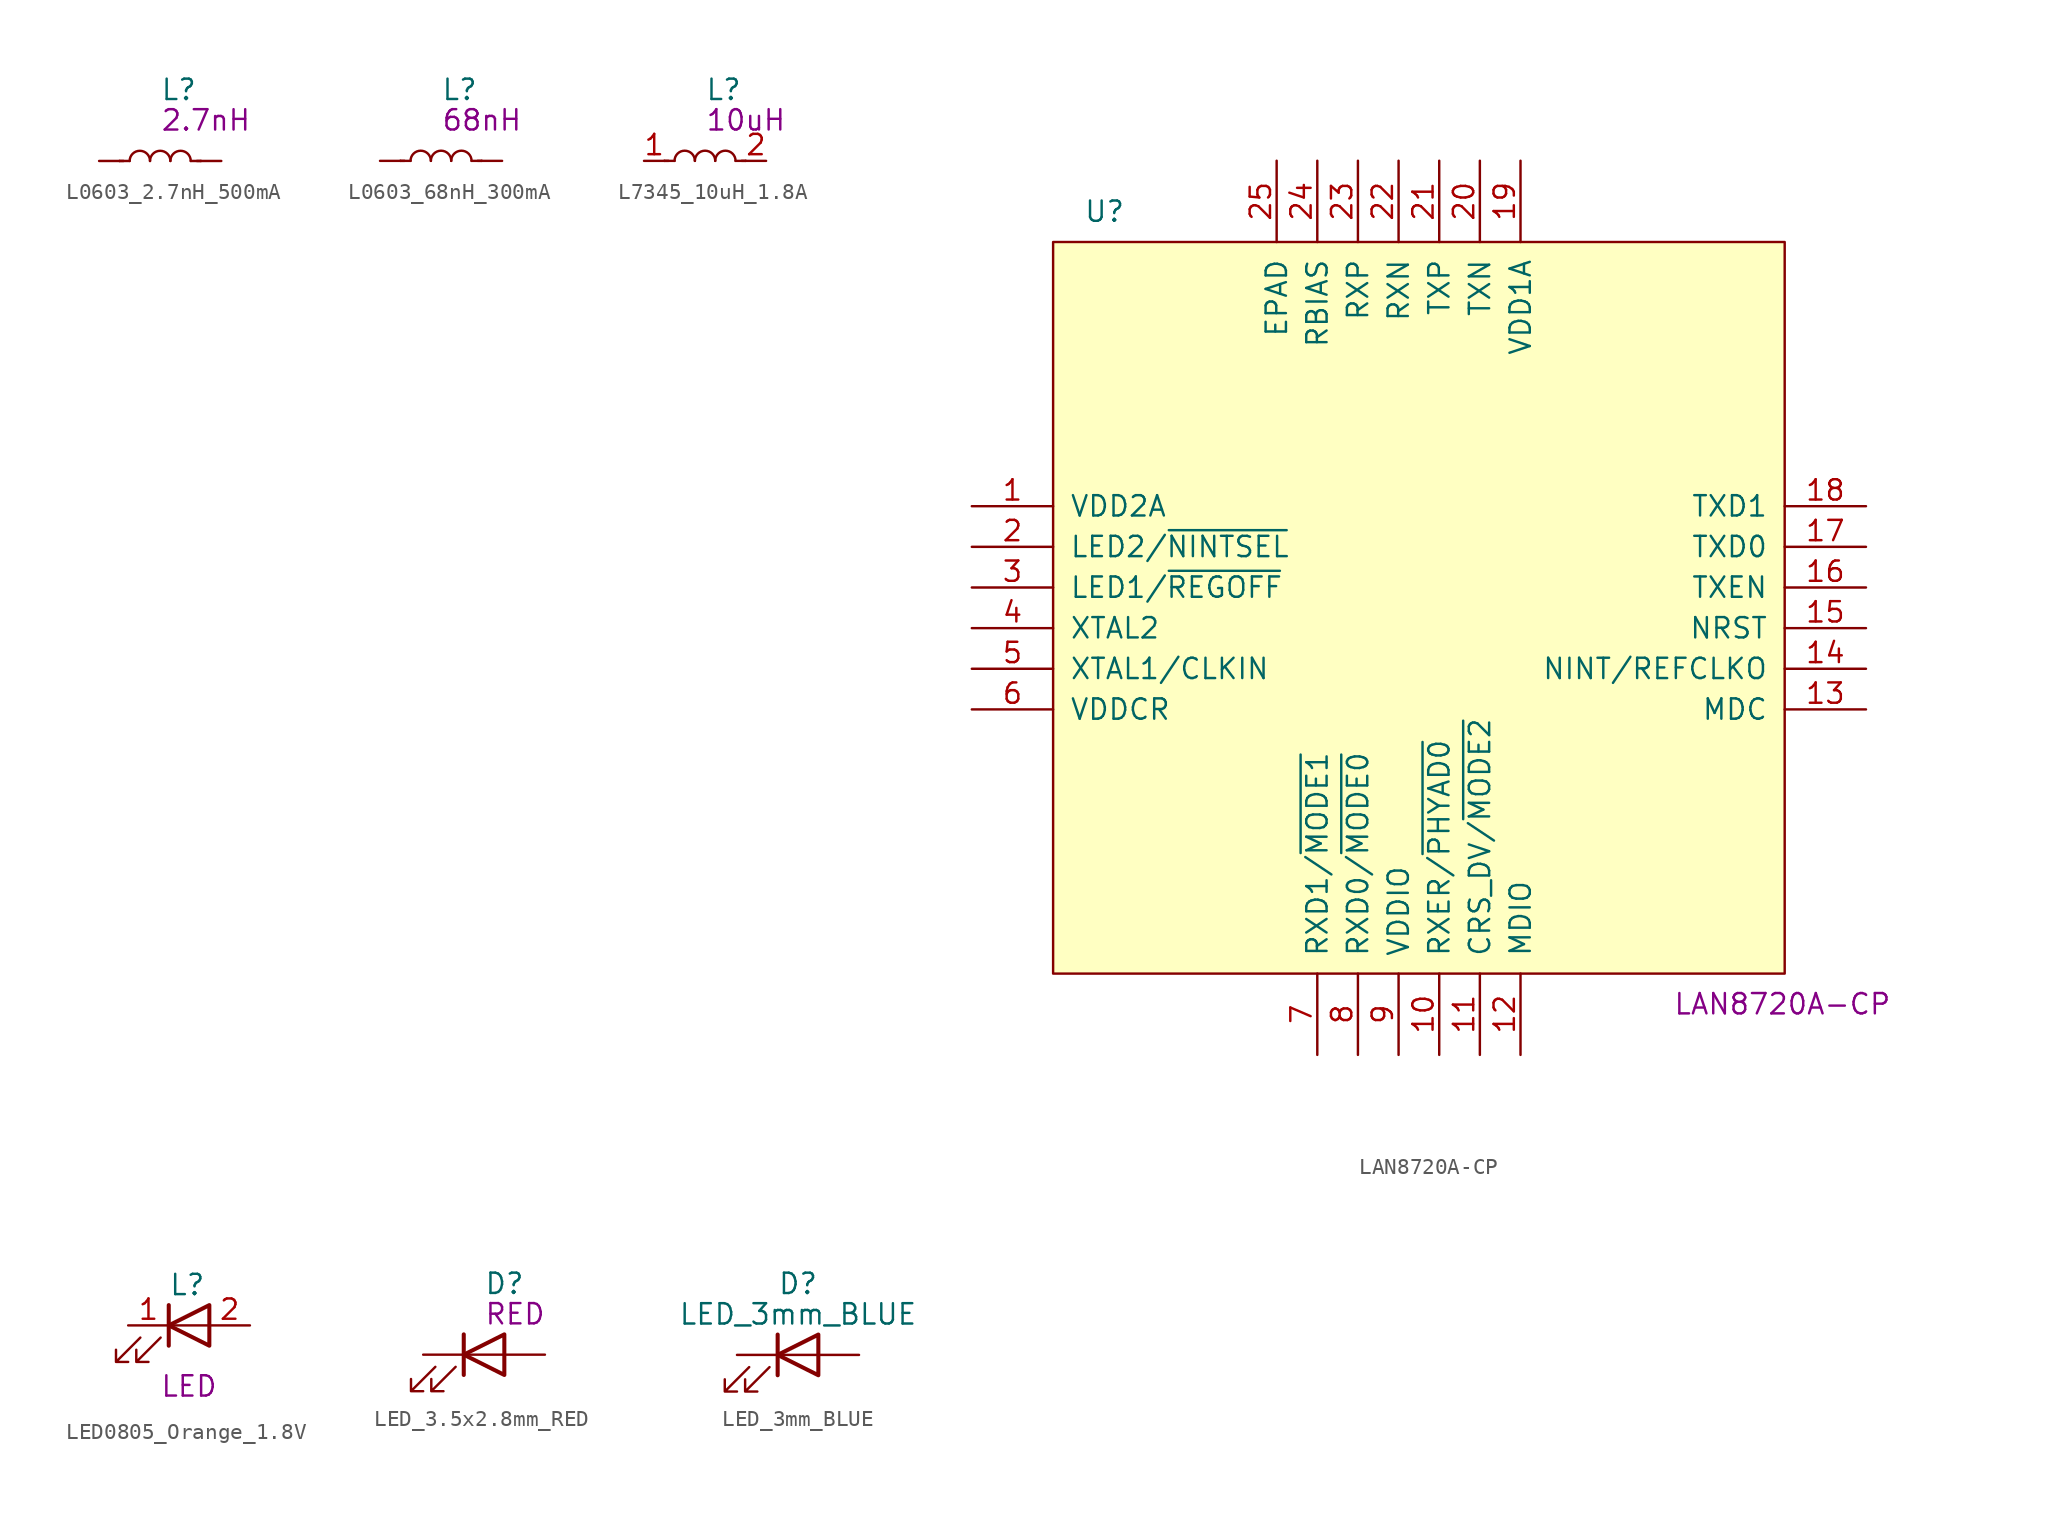
<source format=kicad_sym>
(kicad_symbol_lib
  (version 20211014)
  (generator kicad_symbol_editor)
  (symbol "L0603_2.7nH_500mA"
    (pin_numbers hide)
    (pin_names
      (offset 1.016) hide)
    (property "Reference" "L"
      (at 0 4.445 0)
      (effects (font (size 1.27 1.27)) (justify left)))
    (property "Symbol" "2.7nH"
      (at 0 2.54 0)
      (effects (font (size 1.27 1.27)) (justify left)))
    (symbol "L0603_2.7nH_500mA_1_1"
      (arc (start -0.635 0) (mid -1.27 0.635) (end -1.905 0) (stroke (width 0) (type default) (color 0 0 0 0)) (fill (type none)))
      (polyline (pts (xy -2.286 0) (xy -2.54 0)) (stroke (width 0) (type default) (color 0 0 0 0)) (fill (type none)))
      (polyline (pts (xy -1.905 0) (xy -2.54 0)) (stroke (width 0) (type default) (color 0 0 0 0)) (fill (type none)))
      (polyline (pts (xy 1.905 0) (xy 2.54 0)) (stroke (width 0) (type default) (color 0 0 0 0)) (fill (type none)))
      (polyline (pts (xy 2.286 0) (xy 2.54 0)) (stroke (width 0) (type default) (color 0 0 0 0)) (fill (type none)))
      (arc (start 0.635 0) (mid 0 0.635) (end -0.635 0) (stroke (width 0) (type default) (color 0 0 0 0)) (fill (type none)))
      (arc (start 1.905 0) (mid 1.27 0.635) (end 0.635 0) (stroke (width 0) (type default) (color 0 0 0 0)) (fill (type none)))
      (pin passive line (at -3.81 0 0) (length 1.27) (name "~" (effects (font (size 1.27 1.27)))) (number "1" (effects (font (size 1.27 1.27)))))
      (pin passive line (at 3.81 0 180) (length 1.27) (name "~" (effects (font (size 1.27 1.27)))) (number "2" (effects (font (size 1.27 1.27)))))))
  (symbol "L0603_68nH_300mA"
    (pin_numbers hide)
    (pin_names
      (offset 1.016) hide)
    (property "Reference" "L"
      (at 0 4.445 0)
      (effects (font (size 1.27 1.27)) (justify left)))
    (property "Symbol" "68nH"
      (at 0 2.54 0)
      (effects (font (size 1.27 1.27)) (justify left)))
    (symbol "L0603_68nH_300mA_1_1"
      (arc (start -0.635 0) (mid -1.27 0.635) (end -1.905 0) (stroke (width 0) (type default) (color 0 0 0 0)) (fill (type none)))
      (polyline (pts (xy -2.286 0) (xy -2.54 0)) (stroke (width 0) (type default) (color 0 0 0 0)) (fill (type none)))
      (polyline (pts (xy -1.905 0) (xy -2.54 0)) (stroke (width 0) (type default) (color 0 0 0 0)) (fill (type none)))
      (polyline (pts (xy 1.905 0) (xy 2.54 0)) (stroke (width 0) (type default) (color 0 0 0 0)) (fill (type none)))
      (polyline (pts (xy 2.286 0) (xy 2.54 0)) (stroke (width 0) (type default) (color 0 0 0 0)) (fill (type none)))
      (arc (start 0.635 0) (mid 0 0.635) (end -0.635 0) (stroke (width 0) (type default) (color 0 0 0 0)) (fill (type none)))
      (arc (start 1.905 0) (mid 1.27 0.635) (end 0.635 0) (stroke (width 0) (type default) (color 0 0 0 0)) (fill (type none)))
      (pin passive line (at -3.81 0 0) (length 1.27) (name "~" (effects (font (size 1.27 1.27)))) (number "1" (effects (font (size 1.27 1.27)))))
      (pin passive line (at 3.81 0 180) (length 1.27) (name "~" (effects (font (size 1.27 1.27)))) (number "2" (effects (font (size 1.27 1.27)))))))
  (symbol "L7345_10uH_1.8A"
    (pin_names
      (offset 1.016))
    (property "Reference" "L"
      (at 0 4.445 0)
      (effects (font (size 1.27 1.27)) (justify left)))
    (property "Symbol" "10uH"
      (at 0 2.54 0)
      (effects (font (size 1.27 1.27)) (justify left)))
    (symbol "L7345_10uH_1.8A_1_1"
      (arc (start -0.635 0) (mid -1.27 0.635) (end -1.905 0) (stroke (width 0) (type default) (color 0 0 0 0)) (fill (type none)))
      (polyline (pts (xy -2.286 0) (xy -2.54 0)) (stroke (width 0) (type default) (color 0 0 0 0)) (fill (type none)))
      (polyline (pts (xy -1.905 0) (xy -2.54 0)) (stroke (width 0) (type default) (color 0 0 0 0)) (fill (type none)))
      (polyline (pts (xy 1.905 0) (xy 2.54 0)) (stroke (width 0) (type default) (color 0 0 0 0)) (fill (type none)))
      (polyline (pts (xy 2.286 0) (xy 2.54 0)) (stroke (width 0) (type default) (color 0 0 0 0)) (fill (type none)))
      (arc (start 0.635 0) (mid 0 0.635) (end -0.635 0) (stroke (width 0) (type default) (color 0 0 0 0)) (fill (type none)))
      (arc (start 1.905 0) (mid 1.27 0.635) (end 0.635 0) (stroke (width 0) (type default) (color 0 0 0 0)) (fill (type none)))
      (pin passive line (at -3.81 0 0) (length 1.27) (name "~" (effects (font (size 1.27 1.27)))) (number "1" (effects (font (size 1.27 1.27)))))
      (pin passive line (at 3.81 0 180) (length 1.27) (name "~" (effects (font (size 1.27 1.27)))) (number "2" (effects (font (size 1.27 1.27)))))))
  (symbol "LAN8720A-CP"
    (pin_names
      (offset 1.016))
    (property "Reference" "U"
      (at -20.955 24.765 0)
      (effects (font (size 1.27 1.27)) (justify left)))
    (property "Symbol" "LAN8720A-CP"
      (at 15.875 -24.765 0)
      (effects (font (size 1.27 1.27)) (justify left)))
    (symbol "LAN8720A-CP_0_0"
      (pin passive line (at -27.94 6.35 0) (length 5.08) (name "VDD2A" (effects (font (size 1.27 1.27)))) (number "1" (effects (font (size 1.27 1.27)))))
      (pin passive line (at 1.27 -27.94 90) (length 5.08) (name "RXER/~{PHYAD0}" (effects (font (size 1.27 1.27)))) (number "10" (effects (font (size 1.27 1.27)))))
      (pin passive line (at 3.81 -27.94 90) (length 5.08) (name "CRS_DV/~{MODE2}" (effects (font (size 1.27 1.27)))) (number "11" (effects (font (size 1.27 1.27)))))
      (pin passive line (at 6.35 -27.94 90) (length 5.08) (name "MDIO" (effects (font (size 1.27 1.27)))) (number "12" (effects (font (size 1.27 1.27)))))
      (pin passive line (at 27.94 -6.35 180) (length 5.08) (name "MDC" (effects (font (size 1.27 1.27)))) (number "13" (effects (font (size 1.27 1.27)))))
      (pin passive line (at 27.94 -3.81 180) (length 5.08) (name "NINT/REFCLKO" (effects (font (size 1.27 1.27)))) (number "14" (effects (font (size 1.27 1.27)))))
      (pin passive line (at 27.94 -1.27 180) (length 5.08) (name "NRST" (effects (font (size 1.27 1.27)))) (number "15" (effects (font (size 1.27 1.27)))))
      (pin passive line (at 27.94 1.27 180) (length 5.08) (name "TXEN" (effects (font (size 1.27 1.27)))) (number "16" (effects (font (size 1.27 1.27)))))
      (pin passive line (at 27.94 3.81 180) (length 5.08) (name "TXD0" (effects (font (size 1.27 1.27)))) (number "17" (effects (font (size 1.27 1.27)))))
      (pin passive line (at 27.94 6.35 180) (length 5.08) (name "TXD1" (effects (font (size 1.27 1.27)))) (number "18" (effects (font (size 1.27 1.27)))))
      (pin passive line (at 6.35 27.94 270) (length 5.08) (name "VDD1A" (effects (font (size 1.27 1.27)))) (number "19" (effects (font (size 1.27 1.27)))))
      (pin passive line (at -27.94 3.81 0) (length 5.08) (name "LED2/~{NINTSEL}" (effects (font (size 1.27 1.27)))) (number "2" (effects (font (size 1.27 1.27)))))
      (pin passive line (at 3.81 27.94 270) (length 5.08) (name "TXN" (effects (font (size 1.27 1.27)))) (number "20" (effects (font (size 1.27 1.27)))))
      (pin passive line (at 1.27 27.94 270) (length 5.08) (name "TXP" (effects (font (size 1.27 1.27)))) (number "21" (effects (font (size 1.27 1.27)))))
      (pin passive line (at -1.27 27.94 270) (length 5.08) (name "RXN" (effects (font (size 1.27 1.27)))) (number "22" (effects (font (size 1.27 1.27)))))
      (pin passive line (at -3.81 27.94 270) (length 5.08) (name "RXP" (effects (font (size 1.27 1.27)))) (number "23" (effects (font (size 1.27 1.27)))))
      (pin passive line (at -6.35 27.94 270) (length 5.08) (name "RBIAS" (effects (font (size 1.27 1.27)))) (number "24" (effects (font (size 1.27 1.27)))))
      (pin passive line (at -8.89 27.94 270) (length 5.08) (name "EPAD" (effects (font (size 1.27 1.27)))) (number "25" (effects (font (size 1.27 1.27)))))
      (pin passive line (at -27.94 1.27 0) (length 5.08) (name "LED1/~{REGOFF}" (effects (font (size 1.27 1.27)))) (number "3" (effects (font (size 1.27 1.27)))))
      (pin passive line (at -27.94 -1.27 0) (length 5.08) (name "XTAL2" (effects (font (size 1.27 1.27)))) (number "4" (effects (font (size 1.27 1.27)))))
      (pin passive line (at -27.94 -3.81 0) (length 5.08) (name "XTAL1/CLKIN" (effects (font (size 1.27 1.27)))) (number "5" (effects (font (size 1.27 1.27)))))
      (pin passive line (at -27.94 -6.35 0) (length 5.08) (name "VDDCR" (effects (font (size 1.27 1.27)))) (number "6" (effects (font (size 1.27 1.27)))))
      (pin passive line (at -6.35 -27.94 90) (length 5.08) (name "RXD1/~{MODE1}" (effects (font (size 1.27 1.27)))) (number "7" (effects (font (size 1.27 1.27)))))
      (pin passive line (at -3.81 -27.94 90) (length 5.08) (name "RXD0/~{MODE0}" (effects (font (size 1.27 1.27)))) (number "8" (effects (font (size 1.27 1.27)))))
      (pin passive line (at -1.27 -27.94 90) (length 5.08) (name "VDDIO" (effects (font (size 1.27 1.27)))) (number "9" (effects (font (size 1.27 1.27))))))
    (symbol "LAN8720A-CP_0_1"
      (polyline (pts (xy -22.86 22.86) (xy 22.86 22.86) (xy 22.86 -22.86) (xy -22.86 -22.86) (xy -22.86 22.86)) (stroke (width 0.152) (type default) (color 0 0 0 0)) (fill (type background)))))
  (symbol "LED0805_Orange_1.8V"
    (pin_names
      (offset 1.016))
    (property "Reference" "L"
      (at -1.27 2.54 0)
      (effects (font (size 1.27 1.27)) (justify left)))
    (property "Symbol" "LED"
      (at 0 -3.81 0)
      (effects (font (size 1.27 1.27))))
    (symbol "LED0805_Orange_1.8V_0_1"
      (polyline (pts (xy -1.27 -1.27) (xy -1.27 1.27)) (stroke (width 0.254) (type default) (color 0 0 0 0)) (fill (type none)))
      (polyline (pts (xy -1.27 0) (xy 1.27 0)) (stroke (width 0) (type default) (color 0 0 0 0)) (fill (type none)))
      (polyline (pts (xy 1.27 -1.27) (xy 1.27 1.27) (xy -1.27 0) (xy 1.27 -1.27)) (stroke (width 0.254) (type default) (color 0 0 0 0)) (fill (type none)))
      (polyline (pts (xy -3.048 -0.762) (xy -4.572 -2.286) (xy -3.81 -2.286) (xy -4.572 -2.286) (xy -4.572 -1.524)) (stroke (width 0) (type default) (color 0 0 0 0)) (fill (type none)))
      (polyline (pts (xy -1.778 -0.762) (xy -3.302 -2.286) (xy -2.54 -2.286) (xy -3.302 -2.286) (xy -3.302 -1.524)) (stroke (width 0) (type default) (color 0 0 0 0)) (fill (type none))))
    (symbol "LED0805_Orange_1.8V_1_1"
      (pin passive line (at -3.81 0 0) (length 2.54) (name "~" (effects (font (size 1.27 1.27)))) (number "1" (effects (font (size 1.27 1.27)))))
      (pin passive line (at 3.81 0 180) (length 2.54) (name "~" (effects (font (size 1.27 1.27)))) (number "2" (effects (font (size 1.27 1.27)))))))
  (symbol "LED_3.5x2.8mm_RED"
    (pin_numbers hide)
    (pin_names
      (offset 1.016) hide)
    (property "Reference" "D"
      (at 0 4.445 0)
      (effects (font (size 1.27 1.27)) (justify left)))
    (property "Symbol" "RED"
      (at 0 2.54 0)
      (effects (font (size 1.27 1.27)) (justify left)))
    (symbol "LED_3.5x2.8mm_RED_0_1"
      (polyline (pts (xy -1.27 -1.27) (xy -1.27 1.27)) (stroke (width 0.254) (type default) (color 0 0 0 0)) (fill (type none)))
      (polyline (pts (xy -1.27 0) (xy 1.27 0)) (stroke (width 0) (type default) (color 0 0 0 0)) (fill (type none)))
      (polyline (pts (xy 1.27 -1.27) (xy 1.27 1.27) (xy -1.27 0) (xy 1.27 -1.27)) (stroke (width 0.254) (type default) (color 0 0 0 0)) (fill (type none)))
      (polyline (pts (xy -3.048 -0.762) (xy -4.572 -2.286) (xy -3.81 -2.286) (xy -4.572 -2.286) (xy -4.572 -1.524)) (stroke (width 0) (type default) (color 0 0 0 0)) (fill (type none)))
      (polyline (pts (xy -1.778 -0.762) (xy -3.302 -2.286) (xy -2.54 -2.286) (xy -3.302 -2.286) (xy -3.302 -1.524)) (stroke (width 0) (type default) (color 0 0 0 0)) (fill (type none))))
    (symbol "LED_3.5x2.8mm_RED_1_1"
      (pin passive line (at -3.81 0 0) (length 2.54) (name "K" (effects (font (size 1.27 1.27)))) (number "1" (effects (font (size 1.27 1.27)))))
      (pin passive line (at 3.81 0 180) (length 2.54) (name "A" (effects (font (size 1.27 1.27)))) (number "2" (effects (font (size 1.27 1.27)))))))
  (symbol "LED_3mm_BLUE"
    (pin_numbers hide)
    (pin_names
      (offset 1.016) hide)
    (property "Reference" "D"
      (at 0 4.445 0)
      (effects (font (size 1.27 1.27))))
    (property "Value" "LED_3mm_BLUE"
      (at 0 2.54 0)
      (effects (font (size 1.27 1.27))))
    (symbol "LED_3mm_BLUE_0_1"
      (polyline (pts (xy -1.27 -1.27) (xy -1.27 1.27)) (stroke (width 0.254) (type default) (color 0 0 0 0)) (fill (type none)))
      (polyline (pts (xy -1.27 0) (xy 1.27 0)) (stroke (width 0) (type default) (color 0 0 0 0)) (fill (type none)))
      (polyline (pts (xy 1.27 -1.27) (xy 1.27 1.27) (xy -1.27 0) (xy 1.27 -1.27)) (stroke (width 0.254) (type default) (color 0 0 0 0)) (fill (type none)))
      (polyline (pts (xy -3.048 -0.762) (xy -4.572 -2.286) (xy -3.81 -2.286) (xy -4.572 -2.286) (xy -4.572 -1.524)) (stroke (width 0) (type default) (color 0 0 0 0)) (fill (type none)))
      (polyline (pts (xy -1.778 -0.762) (xy -3.302 -2.286) (xy -2.54 -2.286) (xy -3.302 -2.286) (xy -3.302 -1.524)) (stroke (width 0) (type default) (color 0 0 0 0)) (fill (type none))))
    (symbol "LED_3mm_BLUE_1_1"
      (pin passive line (at -3.81 0 0) (length 2.54) (name "K" (effects (font (size 1.27 1.27)))) (number "1" (effects (font (size 1.27 1.27)))))
      (pin passive line (at 3.81 0 180) (length 2.54) (name "A" (effects (font (size 1.27 1.27)))) (number "2" (effects (font (size 1.27 1.27))))))))
</source>
